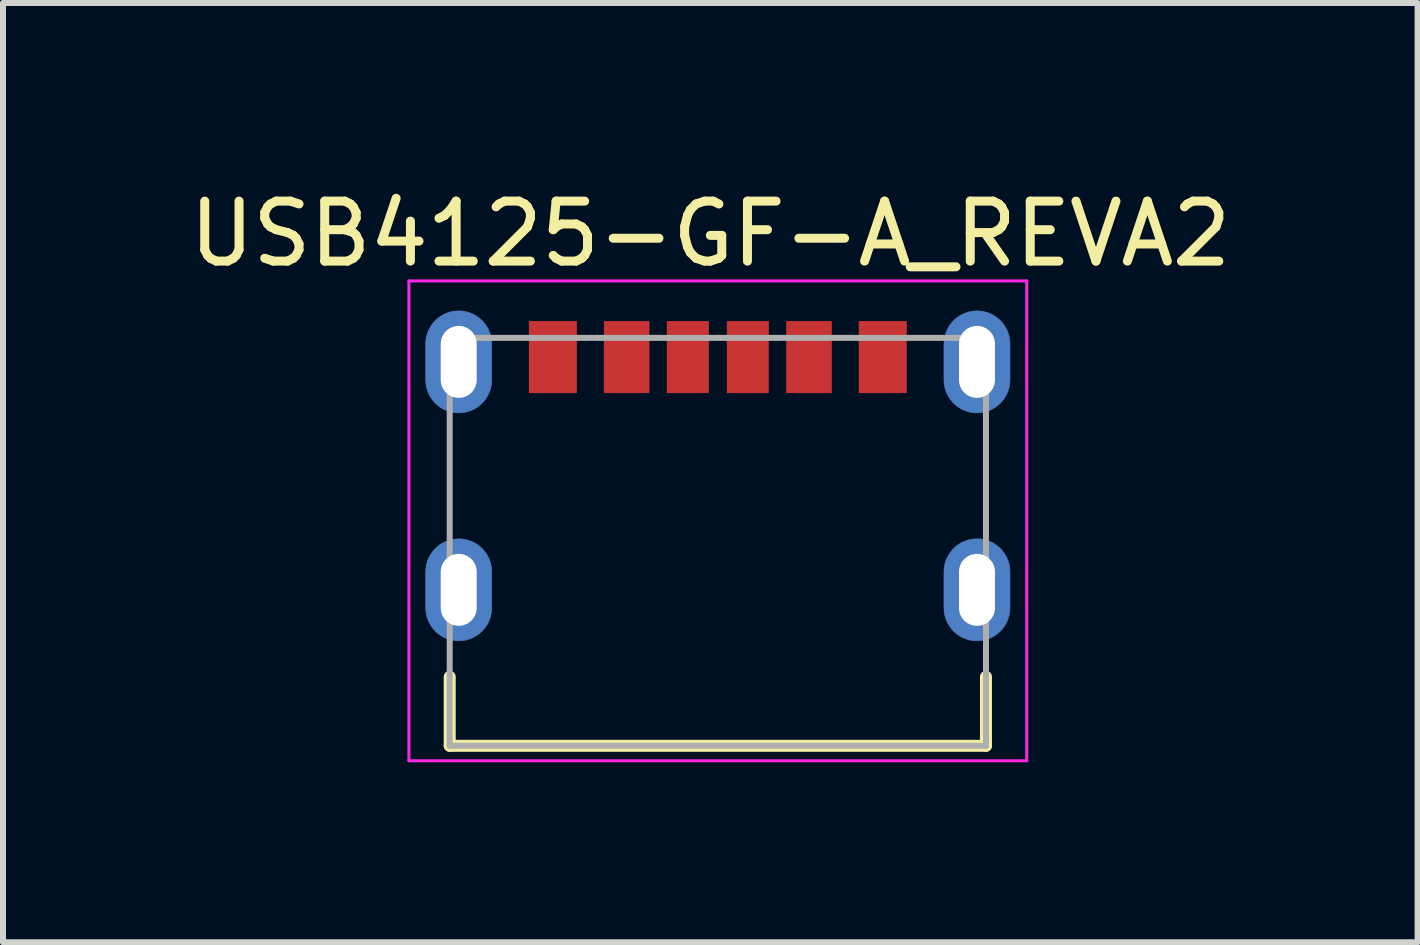
<source format=kicad_pcb>
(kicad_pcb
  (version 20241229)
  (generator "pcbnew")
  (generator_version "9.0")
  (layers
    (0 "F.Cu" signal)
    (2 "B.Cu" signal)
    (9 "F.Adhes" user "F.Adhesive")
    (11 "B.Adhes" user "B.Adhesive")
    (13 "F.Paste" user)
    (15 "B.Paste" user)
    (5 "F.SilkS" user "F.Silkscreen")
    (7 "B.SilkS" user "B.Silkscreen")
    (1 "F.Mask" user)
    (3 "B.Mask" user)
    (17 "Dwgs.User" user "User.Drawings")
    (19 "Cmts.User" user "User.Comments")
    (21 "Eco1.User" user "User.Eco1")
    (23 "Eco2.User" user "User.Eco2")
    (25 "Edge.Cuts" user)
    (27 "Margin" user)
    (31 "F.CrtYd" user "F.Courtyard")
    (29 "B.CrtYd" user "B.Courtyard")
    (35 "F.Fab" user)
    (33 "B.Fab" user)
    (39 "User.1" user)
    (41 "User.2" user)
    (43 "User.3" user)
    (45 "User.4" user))
  (footprint "USB4125-GF-A_REVA2"
    (layer "F.Cu")
    (at 8.917 5.983)
    (property "Reference" "USB4125-GF-A_REVA2" (at -0.125 -5.135 0) (layer "F.SilkS") (effects (font (size 1 1) (thickness 0.15))))
    (attr through_hole)
    (fp_poly (pts (xy -4.32 -3.95) (xy -4.354 -3.949) (xy -4.388 -3.946) (xy -4.422 -3.942) (xy -4.455 -3.936) (xy -4.488 -3.928) (xy -4.521 -3.918) (xy -4.553 -3.907) (xy -4.584 -3.894) (xy -4.615 -3.879) (xy -4.645 -3.863) (xy -4.674 -3.845) (xy -4.702 -3.826) (xy -4.729 -3.805) (xy -4.755 -3.783) (xy -4.78 -3.76) (xy -4.803 -3.735) (xy -4.825 -3.709) (xy -4.846 -3.682) (xy -4.865 -3.654) (xy -4.883 -3.625) (xy -4.899 -3.595) (xy -4.914 -3.564) (xy -4.927 -3.533) (xy -4.938 -3.501) (xy -4.948 -3.468) (xy -4.956 -3.435) (xy -4.962 -3.402) (xy -4.966 -3.368) (xy -4.969 -3.334) (xy -4.97 -3.3) (xy -4.97 -2.7) (xy -4.969 -2.666) (xy -4.966 -2.632) (xy -4.962 -2.598) (xy -4.956 -2.565) (xy -4.948 -2.532) (xy -4.938 -2.499) (xy -4.927 -2.467) (xy -4.914 -2.436) (xy -4.899 -2.405) (xy -4.883 -2.375) (xy -4.865 -2.346) (xy -4.846 -2.318) (xy -4.825 -2.291) (xy -4.803 -2.265) (xy -4.78 -2.24) (xy -4.755 -2.217) (xy -4.729 -2.195) (xy -4.702 -2.174) (xy -4.674 -2.155) (xy -4.645 -2.137) (xy -4.615 -2.121) (xy -4.584 -2.106) (xy -4.553 -2.093) (xy -4.521 -2.082) (xy -4.488 -2.072) (xy -4.455 -2.064) (xy -4.422 -2.058) (xy -4.388 -2.054) (xy -4.354 -2.051) (xy -4.32 -2.05) (xy -4.286 -2.051) (xy -4.252 -2.054) (xy -4.218 -2.058) (xy -4.185 -2.064) (xy -4.152 -2.072) (xy -4.119 -2.082) (xy -4.087 -2.093) (xy -4.056 -2.106) (xy -4.025 -2.121) (xy -3.995 -2.137) (xy -3.966 -2.155) (xy -3.938 -2.174) (xy -3.911 -2.195) (xy -3.885 -2.217) (xy -3.86 -2.24) (xy -3.837 -2.265) (xy -3.815 -2.291) (xy -3.794 -2.318) (xy -3.775 -2.346) (xy -3.757 -2.375) (xy -3.741 -2.405) (xy -3.726 -2.436) (xy -3.713 -2.467) (xy -3.702 -2.499) (xy -3.692 -2.532) (xy -3.684 -2.565) (xy -3.678 -2.598) (xy -3.674 -2.632) (xy -3.671 -2.666) (xy -3.67 -2.7) (xy -3.67 -3.3) (xy -3.671 -3.334) (xy -3.674 -3.368) (xy -3.678 -3.402) (xy -3.684 -3.435) (xy -3.692 -3.468) (xy -3.702 -3.501) (xy -3.713 -3.533) (xy -3.726 -3.564) (xy -3.741 -3.595) (xy -3.757 -3.625) (xy -3.775 -3.654) (xy -3.794 -3.682) (xy -3.815 -3.709) (xy -3.837 -3.735) (xy -3.86 -3.76) (xy -3.885 -3.783) (xy -3.911 -3.805) (xy -3.938 -3.826) (xy -3.966 -3.845) (xy -3.995 -3.863) (xy -4.025 -3.879) (xy -4.056 -3.894) (xy -4.087 -3.907) (xy -4.119 -3.918) (xy -4.152 -3.928) (xy -4.185 -3.936) (xy -4.218 -3.942) (xy -4.252 -3.946) (xy -4.286 -3.949) (xy -4.32 -3.95)) (stroke (width 0.01) (type solid)) (fill yes) (layer "F.Mask"))
    (fp_poly (pts (xy -4.32 -0.15) (xy -4.354 -0.149) (xy -4.388 -0.146) (xy -4.422 -0.142) (xy -4.455 -0.136) (xy -4.488 -0.128) (xy -4.521 -0.118) (xy -4.553 -0.107) (xy -4.584 -0.094) (xy -4.615 -0.079) (xy -4.645 -0.063) (xy -4.674 -0.045) (xy -4.702 -0.026) (xy -4.729 -0.005) (xy -4.755 0.017) (xy -4.78 0.04) (xy -4.803 0.065) (xy -4.825 0.091) (xy -4.846 0.118) (xy -4.865 0.146) (xy -4.883 0.175) (xy -4.899 0.205) (xy -4.914 0.236) (xy -4.927 0.267) (xy -4.938 0.299) (xy -4.948 0.332) (xy -4.956 0.365) (xy -4.962 0.398) (xy -4.966 0.432) (xy -4.969 0.466) (xy -4.97 0.5) (xy -4.97 1.1) (xy -4.969 1.134) (xy -4.966 1.168) (xy -4.962 1.202) (xy -4.956 1.235) (xy -4.948 1.268) (xy -4.938 1.301) (xy -4.927 1.333) (xy -4.914 1.364) (xy -4.899 1.395) (xy -4.883 1.425) (xy -4.865 1.454) (xy -4.846 1.482) (xy -4.825 1.509) (xy -4.803 1.535) (xy -4.78 1.56) (xy -4.755 1.583) (xy -4.729 1.605) (xy -4.702 1.626) (xy -4.674 1.645) (xy -4.645 1.663) (xy -4.615 1.679) (xy -4.584 1.694) (xy -4.553 1.707) (xy -4.521 1.718) (xy -4.488 1.728) (xy -4.455 1.736) (xy -4.422 1.742) (xy -4.388 1.746) (xy -4.354 1.749) (xy -4.32 1.75) (xy -4.286 1.749) (xy -4.252 1.746) (xy -4.218 1.742) (xy -4.185 1.736) (xy -4.152 1.728) (xy -4.119 1.718) (xy -4.087 1.707) (xy -4.056 1.694) (xy -4.025 1.679) (xy -3.995 1.663) (xy -3.966 1.645) (xy -3.938 1.626) (xy -3.911 1.605) (xy -3.885 1.583) (xy -3.86 1.56) (xy -3.837 1.535) (xy -3.815 1.509) (xy -3.794 1.482) (xy -3.775 1.454) (xy -3.757 1.425) (xy -3.741 1.395) (xy -3.726 1.364) (xy -3.713 1.333) (xy -3.702 1.301) (xy -3.692 1.268) (xy -3.684 1.235) (xy -3.678 1.202) (xy -3.674 1.168) (xy -3.671 1.134) (xy -3.67 1.1) (xy -3.67 0.5) (xy -3.671 0.466) (xy -3.674 0.432) (xy -3.678 0.398) (xy -3.684 0.365) (xy -3.692 0.332) (xy -3.702 0.299) (xy -3.713 0.267) (xy -3.726 0.236) (xy -3.741 0.205) (xy -3.757 0.175) (xy -3.775 0.146) (xy -3.794 0.118) (xy -3.815 0.091) (xy -3.837 0.065) (xy -3.86 0.04) (xy -3.885 0.017) (xy -3.911 -0.005) (xy -3.938 -0.026) (xy -3.966 -0.045) (xy -3.995 -0.063) (xy -4.025 -0.079) (xy -4.056 -0.094) (xy -4.087 -0.107) (xy -4.119 -0.118) (xy -4.152 -0.128) (xy -4.185 -0.136) (xy -4.218 -0.142) (xy -4.252 -0.146) (xy -4.286 -0.149) (xy -4.32 -0.15)) (stroke (width 0.01) (type solid)) (fill yes) (layer "F.Mask"))
    (fp_poly (pts (xy 4.32 -3.95) (xy 4.286 -3.949) (xy 4.252 -3.946) (xy 4.218 -3.942) (xy 4.185 -3.936) (xy 4.152 -3.928) (xy 4.119 -3.918) (xy 4.087 -3.907) (xy 4.056 -3.894) (xy 4.025 -3.879) (xy 3.995 -3.863) (xy 3.966 -3.845) (xy 3.938 -3.826) (xy 3.911 -3.805) (xy 3.885 -3.783) (xy 3.86 -3.76) (xy 3.837 -3.735) (xy 3.815 -3.709) (xy 3.794 -3.682) (xy 3.775 -3.654) (xy 3.757 -3.625) (xy 3.741 -3.595) (xy 3.726 -3.564) (xy 3.713 -3.533) (xy 3.702 -3.501) (xy 3.692 -3.468) (xy 3.684 -3.435) (xy 3.678 -3.402) (xy 3.674 -3.368) (xy 3.671 -3.334) (xy 3.67 -3.3) (xy 3.67 -2.7) (xy 3.671 -2.666) (xy 3.674 -2.632) (xy 3.678 -2.598) (xy 3.684 -2.565) (xy 3.692 -2.532) (xy 3.702 -2.499) (xy 3.713 -2.467) (xy 3.726 -2.436) (xy 3.741 -2.405) (xy 3.757 -2.375) (xy 3.775 -2.346) (xy 3.794 -2.318) (xy 3.815 -2.291) (xy 3.837 -2.265) (xy 3.86 -2.24) (xy 3.885 -2.217) (xy 3.911 -2.195) (xy 3.938 -2.174) (xy 3.966 -2.155) (xy 3.995 -2.137) (xy 4.025 -2.121) (xy 4.056 -2.106) (xy 4.087 -2.093) (xy 4.119 -2.082) (xy 4.152 -2.072) (xy 4.185 -2.064) (xy 4.218 -2.058) (xy 4.252 -2.054) (xy 4.286 -2.051) (xy 4.32 -2.05) (xy 4.354 -2.051) (xy 4.388 -2.054) (xy 4.422 -2.058) (xy 4.455 -2.064) (xy 4.488 -2.072) (xy 4.521 -2.082) (xy 4.553 -2.093) (xy 4.584 -2.106) (xy 4.615 -2.121) (xy 4.645 -2.137) (xy 4.674 -2.155) (xy 4.702 -2.174) (xy 4.729 -2.195) (xy 4.755 -2.217) (xy 4.78 -2.24) (xy 4.803 -2.265) (xy 4.825 -2.291) (xy 4.846 -2.318) (xy 4.865 -2.346) (xy 4.883 -2.375) (xy 4.899 -2.405) (xy 4.914 -2.436) (xy 4.927 -2.467) (xy 4.938 -2.499) (xy 4.948 -2.532) (xy 4.956 -2.565) (xy 4.962 -2.598) (xy 4.966 -2.632) (xy 4.969 -2.666) (xy 4.97 -2.7) (xy 4.97 -3.3) (xy 4.969 -3.334) (xy 4.966 -3.368) (xy 4.962 -3.402) (xy 4.956 -3.435) (xy 4.948 -3.468) (xy 4.938 -3.501) (xy 4.927 -3.533) (xy 4.914 -3.564) (xy 4.899 -3.595) (xy 4.883 -3.625) (xy 4.865 -3.654) (xy 4.846 -3.682) (xy 4.825 -3.709) (xy 4.803 -3.735) (xy 4.78 -3.76) (xy 4.755 -3.783) (xy 4.729 -3.805) (xy 4.702 -3.826) (xy 4.674 -3.845) (xy 4.645 -3.863) (xy 4.615 -3.879) (xy 4.584 -3.894) (xy 4.553 -3.907) (xy 4.521 -3.918) (xy 4.488 -3.928) (xy 4.455 -3.936) (xy 4.422 -3.942) (xy 4.388 -3.946) (xy 4.354 -3.949) (xy 4.32 -3.95)) (stroke (width 0.01) (type solid)) (fill yes) (layer "F.Mask"))
    (fp_poly (pts (xy 4.32 -0.15) (xy 4.286 -0.149) (xy 4.252 -0.146) (xy 4.218 -0.142) (xy 4.185 -0.136) (xy 4.152 -0.128) (xy 4.119 -0.118) (xy 4.087 -0.107) (xy 4.056 -0.094) (xy 4.025 -0.079) (xy 3.995 -0.063) (xy 3.966 -0.045) (xy 3.938 -0.026) (xy 3.911 -0.005) (xy 3.885 0.017) (xy 3.86 0.04) (xy 3.837 0.065) (xy 3.815 0.091) (xy 3.794 0.118) (xy 3.775 0.146) (xy 3.757 0.175) (xy 3.741 0.205) (xy 3.726 0.236) (xy 3.713 0.267) (xy 3.702 0.299) (xy 3.692 0.332) (xy 3.684 0.365) (xy 3.678 0.398) (xy 3.674 0.432) (xy 3.671 0.466) (xy 3.67 0.5) (xy 3.67 1.1) (xy 3.671 1.134) (xy 3.674 1.168) (xy 3.678 1.202) (xy 3.684 1.235) (xy 3.692 1.268) (xy 3.702 1.301) (xy 3.713 1.333) (xy 3.726 1.364) (xy 3.741 1.395) (xy 3.757 1.425) (xy 3.775 1.454) (xy 3.794 1.482) (xy 3.815 1.509) (xy 3.837 1.535) (xy 3.86 1.56) (xy 3.885 1.583) (xy 3.911 1.605) (xy 3.938 1.626) (xy 3.966 1.645) (xy 3.995 1.663) (xy 4.025 1.679) (xy 4.056 1.694) (xy 4.087 1.707) (xy 4.119 1.718) (xy 4.152 1.728) (xy 4.185 1.736) (xy 4.218 1.742) (xy 4.252 1.746) (xy 4.286 1.749) (xy 4.32 1.75) (xy 4.354 1.749) (xy 4.388 1.746) (xy 4.422 1.742) (xy 4.455 1.736) (xy 4.488 1.728) (xy 4.521 1.718) (xy 4.553 1.707) (xy 4.584 1.694) (xy 4.615 1.679) (xy 4.645 1.663) (xy 4.674 1.645) (xy 4.702 1.626) (xy 4.729 1.605) (xy 4.755 1.583) (xy 4.78 1.56) (xy 4.803 1.535) (xy 4.825 1.509) (xy 4.846 1.482) (xy 4.865 1.454) (xy 4.883 1.425) (xy 4.899 1.395) (xy 4.914 1.364) (xy 4.927 1.333) (xy 4.938 1.301) (xy 4.948 1.268) (xy 4.956 1.235) (xy 4.962 1.202) (xy 4.966 1.168) (xy 4.969 1.134) (xy 4.97 1.1) (xy 4.97 0.5) (xy 4.969 0.466) (xy 4.966 0.432) (xy 4.962 0.398) (xy 4.956 0.365) (xy 4.948 0.332) (xy 4.938 0.299) (xy 4.927 0.267) (xy 4.914 0.236) (xy 4.899 0.205) (xy 4.883 0.175) (xy 4.865 0.146) (xy 4.846 0.118) (xy 4.825 0.091) (xy 4.803 0.065) (xy 4.78 0.04) (xy 4.755 0.017) (xy 4.729 -0.005) (xy 4.702 -0.026) (xy 4.674 -0.045) (xy 4.645 -0.063) (xy 4.615 -0.079) (xy 4.584 -0.094) (xy 4.553 -0.107) (xy 4.521 -0.118) (xy 4.488 -0.128) (xy 4.455 -0.136) (xy 4.422 -0.142) (xy 4.388 -0.146) (xy 4.354 -0.149) (xy 4.32 -0.15)) (stroke (width 0.01) (type solid)) (fill yes) (layer "F.Mask"))
    (fp_poly (pts (xy -4.32 -3.85) (xy -4.349 -3.849) (xy -4.377 -3.847) (xy -4.406 -3.843) (xy -4.434 -3.838) (xy -4.462 -3.831) (xy -4.49 -3.823) (xy -4.517 -3.813) (xy -4.544 -3.802) (xy -4.57 -3.79) (xy -4.595 -3.776) (xy -4.62 -3.761) (xy -4.643 -3.745) (xy -4.666 -3.727) (xy -4.688 -3.709) (xy -4.709 -3.689) (xy -4.729 -3.668) (xy -4.747 -3.646) (xy -4.765 -3.623) (xy -4.781 -3.6) (xy -4.796 -3.575) (xy -4.81 -3.55) (xy -4.822 -3.524) (xy -4.833 -3.497) (xy -4.843 -3.47) (xy -4.851 -3.442) (xy -4.858 -3.414) (xy -4.863 -3.386) (xy -4.867 -3.357) (xy -4.869 -3.329) (xy -4.87 -3.3) (xy -4.87 -2.7) (xy -4.869 -2.671) (xy -4.867 -2.643) (xy -4.863 -2.614) (xy -4.858 -2.586) (xy -4.851 -2.558) (xy -4.843 -2.53) (xy -4.833 -2.503) (xy -4.822 -2.476) (xy -4.81 -2.45) (xy -4.796 -2.425) (xy -4.781 -2.4) (xy -4.765 -2.377) (xy -4.747 -2.354) (xy -4.729 -2.332) (xy -4.709 -2.311) (xy -4.688 -2.291) (xy -4.666 -2.273) (xy -4.643 -2.255) (xy -4.62 -2.239) (xy -4.595 -2.224) (xy -4.57 -2.21) (xy -4.544 -2.198) (xy -4.517 -2.187) (xy -4.49 -2.177) (xy -4.462 -2.169) (xy -4.434 -2.162) (xy -4.406 -2.157) (xy -4.377 -2.153) (xy -4.349 -2.151) (xy -4.32 -2.15) (xy -4.291 -2.151) (xy -4.263 -2.153) (xy -4.234 -2.157) (xy -4.206 -2.162) (xy -4.178 -2.169) (xy -4.15 -2.177) (xy -4.123 -2.187) (xy -4.096 -2.198) (xy -4.07 -2.21) (xy -4.045 -2.224) (xy -4.02 -2.239) (xy -3.997 -2.255) (xy -3.974 -2.273) (xy -3.952 -2.291) (xy -3.931 -2.311) (xy -3.911 -2.332) (xy -3.893 -2.354) (xy -3.875 -2.377) (xy -3.859 -2.4) (xy -3.844 -2.425) (xy -3.83 -2.45) (xy -3.818 -2.476) (xy -3.807 -2.503) (xy -3.797 -2.53) (xy -3.789 -2.558) (xy -3.782 -2.586) (xy -3.777 -2.614) (xy -3.773 -2.643) (xy -3.771 -2.671) (xy -3.77 -2.7) (xy -3.77 -3.3) (xy -3.771 -3.329) (xy -3.773 -3.357) (xy -3.777 -3.386) (xy -3.782 -3.414) (xy -3.789 -3.442) (xy -3.797 -3.47) (xy -3.807 -3.497) (xy -3.818 -3.524) (xy -3.83 -3.55) (xy -3.844 -3.575) (xy -3.859 -3.6) (xy -3.875 -3.623) (xy -3.893 -3.646) (xy -3.911 -3.668) (xy -3.931 -3.689) (xy -3.952 -3.709) (xy -3.974 -3.727) (xy -3.997 -3.745) (xy -4.02 -3.761) (xy -4.045 -3.776) (xy -4.07 -3.79) (xy -4.096 -3.802) (xy -4.123 -3.813) (xy -4.15 -3.823) (xy -4.178 -3.831) (xy -4.206 -3.838) (xy -4.234 -3.843) (xy -4.263 -3.847) (xy -4.291 -3.849) (xy -4.32 -3.85)) (stroke (width 0.01) (type solid)) (fill yes) (layer "B.Cu"))
    (fp_poly (pts (xy -4.32 -0.05) (xy -4.349 -0.049) (xy -4.377 -0.047) (xy -4.406 -0.043) (xy -4.434 -0.038) (xy -4.462 -0.031) (xy -4.49 -0.023) (xy -4.517 -0.013) (xy -4.544 -0.002) (xy -4.57 0.01) (xy -4.595 0.024) (xy -4.62 0.039) (xy -4.643 0.055) (xy -4.666 0.073) (xy -4.688 0.091) (xy -4.709 0.111) (xy -4.729 0.132) (xy -4.747 0.154) (xy -4.765 0.177) (xy -4.781 0.2) (xy -4.796 0.225) (xy -4.81 0.25) (xy -4.822 0.276) (xy -4.833 0.303) (xy -4.843 0.33) (xy -4.851 0.358) (xy -4.858 0.386) (xy -4.863 0.414) (xy -4.867 0.443) (xy -4.869 0.471) (xy -4.87 0.5) (xy -4.87 1.1) (xy -4.869 1.129) (xy -4.867 1.157) (xy -4.863 1.186) (xy -4.858 1.214) (xy -4.851 1.242) (xy -4.843 1.27) (xy -4.833 1.297) (xy -4.822 1.324) (xy -4.81 1.35) (xy -4.796 1.375) (xy -4.781 1.4) (xy -4.765 1.423) (xy -4.747 1.446) (xy -4.729 1.468) (xy -4.709 1.489) (xy -4.688 1.509) (xy -4.666 1.527) (xy -4.643 1.545) (xy -4.62 1.561) (xy -4.595 1.576) (xy -4.57 1.59) (xy -4.544 1.602) (xy -4.517 1.613) (xy -4.49 1.623) (xy -4.462 1.631) (xy -4.434 1.638) (xy -4.406 1.643) (xy -4.377 1.647) (xy -4.349 1.649) (xy -4.32 1.65) (xy -4.291 1.649) (xy -4.263 1.647) (xy -4.234 1.643) (xy -4.206 1.638) (xy -4.178 1.631) (xy -4.15 1.623) (xy -4.123 1.613) (xy -4.096 1.602) (xy -4.07 1.59) (xy -4.045 1.576) (xy -4.02 1.561) (xy -3.997 1.545) (xy -3.974 1.527) (xy -3.952 1.509) (xy -3.931 1.489) (xy -3.911 1.468) (xy -3.893 1.446) (xy -3.875 1.423) (xy -3.859 1.4) (xy -3.844 1.375) (xy -3.83 1.35) (xy -3.818 1.324) (xy -3.807 1.297) (xy -3.797 1.27) (xy -3.789 1.242) (xy -3.782 1.214) (xy -3.777 1.186) (xy -3.773 1.157) (xy -3.771 1.129) (xy -3.77 1.1) (xy -3.77 0.5) (xy -3.771 0.471) (xy -3.773 0.443) (xy -3.777 0.414) (xy -3.782 0.386) (xy -3.789 0.358) (xy -3.797 0.33) (xy -3.807 0.303) (xy -3.818 0.276) (xy -3.83 0.25) (xy -3.844 0.225) (xy -3.859 0.2) (xy -3.875 0.177) (xy -3.893 0.154) (xy -3.911 0.132) (xy -3.931 0.111) (xy -3.952 0.091) (xy -3.974 0.073) (xy -3.997 0.055) (xy -4.02 0.039) (xy -4.045 0.024) (xy -4.07 0.01) (xy -4.096 -0.002) (xy -4.123 -0.013) (xy -4.15 -0.023) (xy -4.178 -0.031) (xy -4.206 -0.038) (xy -4.234 -0.043) (xy -4.263 -0.047) (xy -4.291 -0.049) (xy -4.32 -0.05)) (stroke (width 0.01) (type solid)) (fill yes) (layer "B.Cu"))
    (fp_poly (pts (xy 4.32 -3.85) (xy 4.291 -3.849) (xy 4.263 -3.847) (xy 4.234 -3.843) (xy 4.206 -3.838) (xy 4.178 -3.831) (xy 4.15 -3.823) (xy 4.123 -3.813) (xy 4.096 -3.802) (xy 4.07 -3.79) (xy 4.045 -3.776) (xy 4.02 -3.761) (xy 3.997 -3.745) (xy 3.974 -3.727) (xy 3.952 -3.709) (xy 3.931 -3.689) (xy 3.911 -3.668) (xy 3.893 -3.646) (xy 3.875 -3.623) (xy 3.859 -3.6) (xy 3.844 -3.575) (xy 3.83 -3.55) (xy 3.818 -3.524) (xy 3.807 -3.497) (xy 3.797 -3.47) (xy 3.789 -3.442) (xy 3.782 -3.414) (xy 3.777 -3.386) (xy 3.773 -3.357) (xy 3.771 -3.329) (xy 3.77 -3.3) (xy 3.77 -2.7) (xy 3.771 -2.671) (xy 3.773 -2.643) (xy 3.777 -2.614) (xy 3.782 -2.586) (xy 3.789 -2.558) (xy 3.797 -2.53) (xy 3.807 -2.503) (xy 3.818 -2.476) (xy 3.83 -2.45) (xy 3.844 -2.425) (xy 3.859 -2.4) (xy 3.875 -2.377) (xy 3.893 -2.354) (xy 3.911 -2.332) (xy 3.931 -2.311) (xy 3.952 -2.291) (xy 3.974 -2.273) (xy 3.997 -2.255) (xy 4.02 -2.239) (xy 4.045 -2.224) (xy 4.07 -2.21) (xy 4.096 -2.198) (xy 4.123 -2.187) (xy 4.15 -2.177) (xy 4.178 -2.169) (xy 4.206 -2.162) (xy 4.234 -2.157) (xy 4.263 -2.153) (xy 4.291 -2.151) (xy 4.32 -2.15) (xy 4.349 -2.151) (xy 4.377 -2.153) (xy 4.406 -2.157) (xy 4.434 -2.162) (xy 4.462 -2.169) (xy 4.49 -2.177) (xy 4.517 -2.187) (xy 4.544 -2.198) (xy 4.57 -2.21) (xy 4.595 -2.224) (xy 4.62 -2.239) (xy 4.643 -2.255) (xy 4.666 -2.273) (xy 4.688 -2.291) (xy 4.709 -2.311) (xy 4.729 -2.332) (xy 4.747 -2.354) (xy 4.765 -2.377) (xy 4.781 -2.4) (xy 4.796 -2.425) (xy 4.81 -2.45) (xy 4.822 -2.476) (xy 4.833 -2.503) (xy 4.843 -2.53) (xy 4.851 -2.558) (xy 4.858 -2.586) (xy 4.863 -2.614) (xy 4.867 -2.643) (xy 4.869 -2.671) (xy 4.87 -2.7) (xy 4.87 -3.3) (xy 4.869 -3.329) (xy 4.867 -3.357) (xy 4.863 -3.386) (xy 4.858 -3.414) (xy 4.851 -3.442) (xy 4.843 -3.47) (xy 4.833 -3.497) (xy 4.822 -3.524) (xy 4.81 -3.55) (xy 4.796 -3.575) (xy 4.781 -3.6) (xy 4.765 -3.623) (xy 4.747 -3.646) (xy 4.729 -3.668) (xy 4.709 -3.689) (xy 4.688 -3.709) (xy 4.666 -3.727) (xy 4.643 -3.745) (xy 4.62 -3.761) (xy 4.595 -3.776) (xy 4.57 -3.79) (xy 4.544 -3.802) (xy 4.517 -3.813) (xy 4.49 -3.823) (xy 4.462 -3.831) (xy 4.434 -3.838) (xy 4.406 -3.843) (xy 4.377 -3.847) (xy 4.349 -3.849) (xy 4.32 -3.85)) (stroke (width 0.01) (type solid)) (fill yes) (layer "B.Cu"))
    (fp_poly (pts (xy 4.32 -0.05) (xy 4.291 -0.049) (xy 4.263 -0.047) (xy 4.234 -0.043) (xy 4.206 -0.038) (xy 4.178 -0.031) (xy 4.15 -0.023) (xy 4.123 -0.013) (xy 4.096 -0.002) (xy 4.07 0.01) (xy 4.045 0.024) (xy 4.02 0.039) (xy 3.997 0.055) (xy 3.974 0.073) (xy 3.952 0.091) (xy 3.931 0.111) (xy 3.911 0.132) (xy 3.893 0.154) (xy 3.875 0.177) (xy 3.859 0.2) (xy 3.844 0.225) (xy 3.83 0.25) (xy 3.818 0.276) (xy 3.807 0.303) (xy 3.797 0.33) (xy 3.789 0.358) (xy 3.782 0.386) (xy 3.777 0.414) (xy 3.773 0.443) (xy 3.771 0.471) (xy 3.77 0.5) (xy 3.77 1.1) (xy 3.771 1.129) (xy 3.773 1.157) (xy 3.777 1.186) (xy 3.782 1.214) (xy 3.789 1.242) (xy 3.797 1.27) (xy 3.807 1.297) (xy 3.818 1.324) (xy 3.83 1.35) (xy 3.844 1.375) (xy 3.859 1.4) (xy 3.875 1.423) (xy 3.893 1.446) (xy 3.911 1.468) (xy 3.931 1.489) (xy 3.952 1.509) (xy 3.974 1.527) (xy 3.997 1.545) (xy 4.02 1.561) (xy 4.045 1.576) (xy 4.07 1.59) (xy 4.096 1.602) (xy 4.123 1.613) (xy 4.15 1.623) (xy 4.178 1.631) (xy 4.206 1.638) (xy 4.234 1.643) (xy 4.263 1.647) (xy 4.291 1.649) (xy 4.32 1.65) (xy 4.349 1.649) (xy 4.377 1.647) (xy 4.406 1.643) (xy 4.434 1.638) (xy 4.462 1.631) (xy 4.49 1.623) (xy 4.517 1.613) (xy 4.544 1.602) (xy 4.57 1.59) (xy 4.595 1.576) (xy 4.62 1.561) (xy 4.643 1.545) (xy 4.666 1.527) (xy 4.688 1.509) (xy 4.709 1.489) (xy 4.729 1.468) (xy 4.747 1.446) (xy 4.765 1.423) (xy 4.781 1.4) (xy 4.796 1.375) (xy 4.81 1.35) (xy 4.822 1.324) (xy 4.833 1.297) (xy 4.843 1.27) (xy 4.851 1.242) (xy 4.858 1.214) (xy 4.863 1.186) (xy 4.867 1.157) (xy 4.869 1.129) (xy 4.87 1.1) (xy 4.87 0.5) (xy 4.869 0.471) (xy 4.867 0.443) (xy 4.863 0.414) (xy 4.858 0.386) (xy 4.851 0.358) (xy 4.843 0.33) (xy 4.833 0.303) (xy 4.822 0.276) (xy 4.81 0.25) (xy 4.796 0.225) (xy 4.781 0.2) (xy 4.765 0.177) (xy 4.747 0.154) (xy 4.729 0.132) (xy 4.709 0.111) (xy 4.688 0.091) (xy 4.666 0.073) (xy 4.643 0.055) (xy 4.62 0.039) (xy 4.595 0.024) (xy 4.57 0.01) (xy 4.544 -0.002) (xy 4.517 -0.013) (xy 4.49 -0.023) (xy 4.462 -0.031) (xy 4.434 -0.038) (xy 4.406 -0.043) (xy 4.377 -0.047) (xy 4.349 -0.049) (xy 4.32 -0.05)) (stroke (width 0.01) (type solid)) (fill yes) (layer "B.Cu"))
    (fp_poly (pts (xy -4.32 -3.95) (xy -4.354 -3.949) (xy -4.388 -3.946) (xy -4.422 -3.942) (xy -4.455 -3.936) (xy -4.488 -3.928) (xy -4.521 -3.918) (xy -4.553 -3.907) (xy -4.584 -3.894) (xy -4.615 -3.879) (xy -4.645 -3.863) (xy -4.674 -3.845) (xy -4.702 -3.826) (xy -4.729 -3.805) (xy -4.755 -3.783) (xy -4.78 -3.76) (xy -4.803 -3.735) (xy -4.825 -3.709) (xy -4.846 -3.682) (xy -4.865 -3.654) (xy -4.883 -3.625) (xy -4.899 -3.595) (xy -4.914 -3.564) (xy -4.927 -3.533) (xy -4.938 -3.501) (xy -4.948 -3.468) (xy -4.956 -3.435) (xy -4.962 -3.402) (xy -4.966 -3.368) (xy -4.969 -3.334) (xy -4.97 -3.3) (xy -4.97 -2.7) (xy -4.969 -2.666) (xy -4.966 -2.632) (xy -4.962 -2.598) (xy -4.956 -2.565) (xy -4.948 -2.532) (xy -4.938 -2.499) (xy -4.927 -2.467) (xy -4.914 -2.436) (xy -4.899 -2.405) (xy -4.883 -2.375) (xy -4.865 -2.346) (xy -4.846 -2.318) (xy -4.825 -2.291) (xy -4.803 -2.265) (xy -4.78 -2.24) (xy -4.755 -2.217) (xy -4.729 -2.195) (xy -4.702 -2.174) (xy -4.674 -2.155) (xy -4.645 -2.137) (xy -4.615 -2.121) (xy -4.584 -2.106) (xy -4.553 -2.093) (xy -4.521 -2.082) (xy -4.488 -2.072) (xy -4.455 -2.064) (xy -4.422 -2.058) (xy -4.388 -2.054) (xy -4.354 -2.051) (xy -4.32 -2.05) (xy -4.286 -2.051) (xy -4.252 -2.054) (xy -4.218 -2.058) (xy -4.185 -2.064) (xy -4.152 -2.072) (xy -4.119 -2.082) (xy -4.087 -2.093) (xy -4.056 -2.106) (xy -4.025 -2.121) (xy -3.995 -2.137) (xy -3.966 -2.155) (xy -3.938 -2.174) (xy -3.911 -2.195) (xy -3.885 -2.217) (xy -3.86 -2.24) (xy -3.837 -2.265) (xy -3.815 -2.291) (xy -3.794 -2.318) (xy -3.775 -2.346) (xy -3.757 -2.375) (xy -3.741 -2.405) (xy -3.726 -2.436) (xy -3.713 -2.467) (xy -3.702 -2.499) (xy -3.692 -2.532) (xy -3.684 -2.565) (xy -3.678 -2.598) (xy -3.674 -2.632) (xy -3.671 -2.666) (xy -3.67 -2.7) (xy -3.67 -3.3) (xy -3.671 -3.334) (xy -3.674 -3.368) (xy -3.678 -3.402) (xy -3.684 -3.435) (xy -3.692 -3.468) (xy -3.702 -3.501) (xy -3.713 -3.533) (xy -3.726 -3.564) (xy -3.741 -3.595) (xy -3.757 -3.625) (xy -3.775 -3.654) (xy -3.794 -3.682) (xy -3.815 -3.709) (xy -3.837 -3.735) (xy -3.86 -3.76) (xy -3.885 -3.783) (xy -3.911 -3.805) (xy -3.938 -3.826) (xy -3.966 -3.845) (xy -3.995 -3.863) (xy -4.025 -3.879) (xy -4.056 -3.894) (xy -4.087 -3.907) (xy -4.119 -3.918) (xy -4.152 -3.928) (xy -4.185 -3.936) (xy -4.218 -3.942) (xy -4.252 -3.946) (xy -4.286 -3.949) (xy -4.32 -3.95)) (stroke (width 0.01) (type solid)) (fill yes) (layer "B.Mask"))
    (fp_poly (pts (xy -4.32 -0.15) (xy -4.354 -0.149) (xy -4.388 -0.146) (xy -4.422 -0.142) (xy -4.455 -0.136) (xy -4.488 -0.128) (xy -4.521 -0.118) (xy -4.553 -0.107) (xy -4.584 -0.094) (xy -4.615 -0.079) (xy -4.645 -0.063) (xy -4.674 -0.045) (xy -4.702 -0.026) (xy -4.729 -0.005) (xy -4.755 0.017) (xy -4.78 0.04) (xy -4.803 0.065) (xy -4.825 0.091) (xy -4.846 0.118) (xy -4.865 0.146) (xy -4.883 0.175) (xy -4.899 0.205) (xy -4.914 0.236) (xy -4.927 0.267) (xy -4.938 0.299) (xy -4.948 0.332) (xy -4.956 0.365) (xy -4.962 0.398) (xy -4.966 0.432) (xy -4.969 0.466) (xy -4.97 0.5) (xy -4.97 1.1) (xy -4.969 1.134) (xy -4.966 1.168) (xy -4.962 1.202) (xy -4.956 1.235) (xy -4.948 1.268) (xy -4.938 1.301) (xy -4.927 1.333) (xy -4.914 1.364) (xy -4.899 1.395) (xy -4.883 1.425) (xy -4.865 1.454) (xy -4.846 1.482) (xy -4.825 1.509) (xy -4.803 1.535) (xy -4.78 1.56) (xy -4.755 1.583) (xy -4.729 1.605) (xy -4.702 1.626) (xy -4.674 1.645) (xy -4.645 1.663) (xy -4.615 1.679) (xy -4.584 1.694) (xy -4.553 1.707) (xy -4.521 1.718) (xy -4.488 1.728) (xy -4.455 1.736) (xy -4.422 1.742) (xy -4.388 1.746) (xy -4.354 1.749) (xy -4.32 1.75) (xy -4.286 1.749) (xy -4.252 1.746) (xy -4.218 1.742) (xy -4.185 1.736) (xy -4.152 1.728) (xy -4.119 1.718) (xy -4.087 1.707) (xy -4.056 1.694) (xy -4.025 1.679) (xy -3.995 1.663) (xy -3.966 1.645) (xy -3.938 1.626) (xy -3.911 1.605) (xy -3.885 1.583) (xy -3.86 1.56) (xy -3.837 1.535) (xy -3.815 1.509) (xy -3.794 1.482) (xy -3.775 1.454) (xy -3.757 1.425) (xy -3.741 1.395) (xy -3.726 1.364) (xy -3.713 1.333) (xy -3.702 1.301) (xy -3.692 1.268) (xy -3.684 1.235) (xy -3.678 1.202) (xy -3.674 1.168) (xy -3.671 1.134) (xy -3.67 1.1) (xy -3.67 0.5) (xy -3.671 0.466) (xy -3.674 0.432) (xy -3.678 0.398) (xy -3.684 0.365) (xy -3.692 0.332) (xy -3.702 0.299) (xy -3.713 0.267) (xy -3.726 0.236) (xy -3.741 0.205) (xy -3.757 0.175) (xy -3.775 0.146) (xy -3.794 0.118) (xy -3.815 0.091) (xy -3.837 0.065) (xy -3.86 0.04) (xy -3.885 0.017) (xy -3.911 -0.005) (xy -3.938 -0.026) (xy -3.966 -0.045) (xy -3.995 -0.063) (xy -4.025 -0.079) (xy -4.056 -0.094) (xy -4.087 -0.107) (xy -4.119 -0.118) (xy -4.152 -0.128) (xy -4.185 -0.136) (xy -4.218 -0.142) (xy -4.252 -0.146) (xy -4.286 -0.149) (xy -4.32 -0.15)) (stroke (width 0.01) (type solid)) (fill yes) (layer "B.Mask"))
    (fp_poly (pts (xy 4.32 -3.95) (xy 4.286 -3.949) (xy 4.252 -3.946) (xy 4.218 -3.942) (xy 4.185 -3.936) (xy 4.152 -3.928) (xy 4.119 -3.918) (xy 4.087 -3.907) (xy 4.056 -3.894) (xy 4.025 -3.879) (xy 3.995 -3.863) (xy 3.966 -3.845) (xy 3.938 -3.826) (xy 3.911 -3.805) (xy 3.885 -3.783) (xy 3.86 -3.76) (xy 3.837 -3.735) (xy 3.815 -3.709) (xy 3.794 -3.682) (xy 3.775 -3.654) (xy 3.757 -3.625) (xy 3.741 -3.595) (xy 3.726 -3.564) (xy 3.713 -3.533) (xy 3.702 -3.501) (xy 3.692 -3.468) (xy 3.684 -3.435) (xy 3.678 -3.402) (xy 3.674 -3.368) (xy 3.671 -3.334) (xy 3.67 -3.3) (xy 3.67 -2.7) (xy 3.671 -2.666) (xy 3.674 -2.632) (xy 3.678 -2.598) (xy 3.684 -2.565) (xy 3.692 -2.532) (xy 3.702 -2.499) (xy 3.713 -2.467) (xy 3.726 -2.436) (xy 3.741 -2.405) (xy 3.757 -2.375) (xy 3.775 -2.346) (xy 3.794 -2.318) (xy 3.815 -2.291) (xy 3.837 -2.265) (xy 3.86 -2.24) (xy 3.885 -2.217) (xy 3.911 -2.195) (xy 3.938 -2.174) (xy 3.966 -2.155) (xy 3.995 -2.137) (xy 4.025 -2.121) (xy 4.056 -2.106) (xy 4.087 -2.093) (xy 4.119 -2.082) (xy 4.152 -2.072) (xy 4.185 -2.064) (xy 4.218 -2.058) (xy 4.252 -2.054) (xy 4.286 -2.051) (xy 4.32 -2.05) (xy 4.354 -2.051) (xy 4.388 -2.054) (xy 4.422 -2.058) (xy 4.455 -2.064) (xy 4.488 -2.072) (xy 4.521 -2.082) (xy 4.553 -2.093) (xy 4.584 -2.106) (xy 4.615 -2.121) (xy 4.645 -2.137) (xy 4.674 -2.155) (xy 4.702 -2.174) (xy 4.729 -2.195) (xy 4.755 -2.217) (xy 4.78 -2.24) (xy 4.803 -2.265) (xy 4.825 -2.291) (xy 4.846 -2.318) (xy 4.865 -2.346) (xy 4.883 -2.375) (xy 4.899 -2.405) (xy 4.914 -2.436) (xy 4.927 -2.467) (xy 4.938 -2.499) (xy 4.948 -2.532) (xy 4.956 -2.565) (xy 4.962 -2.598) (xy 4.966 -2.632) (xy 4.969 -2.666) (xy 4.97 -2.7) (xy 4.97 -3.3) (xy 4.969 -3.334) (xy 4.966 -3.368) (xy 4.962 -3.402) (xy 4.956 -3.435) (xy 4.948 -3.468) (xy 4.938 -3.501) (xy 4.927 -3.533) (xy 4.914 -3.564) (xy 4.899 -3.595) (xy 4.883 -3.625) (xy 4.865 -3.654) (xy 4.846 -3.682) (xy 4.825 -3.709) (xy 4.803 -3.735) (xy 4.78 -3.76) (xy 4.755 -3.783) (xy 4.729 -3.805) (xy 4.702 -3.826) (xy 4.674 -3.845) (xy 4.645 -3.863) (xy 4.615 -3.879) (xy 4.584 -3.894) (xy 4.553 -3.907) (xy 4.521 -3.918) (xy 4.488 -3.928) (xy 4.455 -3.936) (xy 4.422 -3.942) (xy 4.388 -3.946) (xy 4.354 -3.949) (xy 4.32 -3.95)) (stroke (width 0.01) (type solid)) (fill yes) (layer "B.Mask"))
    (fp_poly (pts (xy 4.32 -0.15) (xy 4.286 -0.149) (xy 4.252 -0.146) (xy 4.218 -0.142) (xy 4.185 -0.136) (xy 4.152 -0.128) (xy 4.119 -0.118) (xy 4.087 -0.107) (xy 4.056 -0.094) (xy 4.025 -0.079) (xy 3.995 -0.063) (xy 3.966 -0.045) (xy 3.938 -0.026) (xy 3.911 -0.005) (xy 3.885 0.017) (xy 3.86 0.04) (xy 3.837 0.065) (xy 3.815 0.091) (xy 3.794 0.118) (xy 3.775 0.146) (xy 3.757 0.175) (xy 3.741 0.205) (xy 3.726 0.236) (xy 3.713 0.267) (xy 3.702 0.299) (xy 3.692 0.332) (xy 3.684 0.365) (xy 3.678 0.398) (xy 3.674 0.432) (xy 3.671 0.466) (xy 3.67 0.5) (xy 3.67 1.1) (xy 3.671 1.134) (xy 3.674 1.168) (xy 3.678 1.202) (xy 3.684 1.235) (xy 3.692 1.268) (xy 3.702 1.301) (xy 3.713 1.333) (xy 3.726 1.364) (xy 3.741 1.395) (xy 3.757 1.425) (xy 3.775 1.454) (xy 3.794 1.482) (xy 3.815 1.509) (xy 3.837 1.535) (xy 3.86 1.56) (xy 3.885 1.583) (xy 3.911 1.605) (xy 3.938 1.626) (xy 3.966 1.645) (xy 3.995 1.663) (xy 4.025 1.679) (xy 4.056 1.694) (xy 4.087 1.707) (xy 4.119 1.718) (xy 4.152 1.728) (xy 4.185 1.736) (xy 4.218 1.742) (xy 4.252 1.746) (xy 4.286 1.749) (xy 4.32 1.75) (xy 4.354 1.749) (xy 4.388 1.746) (xy 4.422 1.742) (xy 4.455 1.736) (xy 4.488 1.728) (xy 4.521 1.718) (xy 4.553 1.707) (xy 4.584 1.694) (xy 4.615 1.679) (xy 4.645 1.663) (xy 4.674 1.645) (xy 4.702 1.626) (xy 4.729 1.605) (xy 4.755 1.583) (xy 4.78 1.56) (xy 4.803 1.535) (xy 4.825 1.509) (xy 4.846 1.482) (xy 4.865 1.454) (xy 4.883 1.425) (xy 4.899 1.395) (xy 4.914 1.364) (xy 4.927 1.333) (xy 4.938 1.301) (xy 4.948 1.268) (xy 4.956 1.235) (xy 4.962 1.202) (xy 4.966 1.168) (xy 4.969 1.134) (xy 4.97 1.1) (xy 4.97 0.5) (xy 4.969 0.466) (xy 4.966 0.432) (xy 4.962 0.398) (xy 4.956 0.365) (xy 4.948 0.332) (xy 4.938 0.299) (xy 4.927 0.267) (xy 4.914 0.236) (xy 4.899 0.205) (xy 4.883 0.175) (xy 4.865 0.146) (xy 4.846 0.118) (xy 4.825 0.091) (xy 4.803 0.065) (xy 4.78 0.04) (xy 4.755 0.017) (xy 4.729 -0.005) (xy 4.702 -0.026) (xy 4.674 -0.045) (xy 4.645 -0.063) (xy 4.615 -0.079) (xy 4.584 -0.094) (xy 4.553 -0.107) (xy 4.521 -0.118) (xy 4.488 -0.128) (xy 4.455 -0.136) (xy 4.422 -0.142) (xy 4.388 -0.146) (xy 4.354 -0.149) (xy 4.32 -0.15)) (stroke (width 0.01) (type solid)) (fill yes) (layer "B.Mask"))
    (fp_line (start -4.47 2.25) (end -4.47 3.4) (stroke (width 0.2) (type solid)) (layer "F.SilkS"))
    (fp_line (start -4.47 3.4) (end 4.47 3.4) (stroke (width 0.2) (type solid)) (layer "F.SilkS"))
    (fp_line (start 4.47 3.4) (end 4.47 2.25) (stroke (width 0.2) (type solid)) (layer "F.SilkS"))
    (fp_line (start -5.15 -4.35) (end 5.15 -4.35) (stroke (width 0.05) (type solid)) (layer "F.CrtYd"))
    (fp_line (start -5.15 3.65) (end -5.15 -4.35) (stroke (width 0.05) (type solid)) (layer "F.CrtYd"))
    (fp_line (start 5.15 -4.35) (end 5.15 3.65) (stroke (width 0.05) (type solid)) (layer "F.CrtYd"))
    (fp_line (start 5.15 3.65) (end -5.15 3.65) (stroke (width 0.05) (type solid)) (layer "F.CrtYd"))
    (fp_line (start -4.47 -3.4) (end 4.47 -3.4) (stroke (width 0.1) (type solid)) (layer "F.Fab"))
    (fp_line (start -4.47 3.4) (end -4.47 -3.4) (stroke (width 0.1) (type solid)) (layer "F.Fab"))
    (fp_line (start 4.47 -3.4) (end 4.47 3.4) (stroke (width 0.1) (type solid)) (layer "F.Fab"))
    (fp_line (start 4.47 3.4) (end -4.47 3.4) (stroke (width 0.1) (type solid)) (layer "F.Fab"))
    (pad "A5" smd rect (at -0.5 -3.08) (size 0.7 1.2) (layers "F.Cu" "F.Mask" "F.Paste"))
    (pad "A9" smd rect (at 1.52 -3.08) (size 0.76 1.2) (layers "F.Cu" "F.Mask" "F.Paste"))
    (pad "A12" smd rect (at 2.75 -3.08) (size 0.8 1.2) (layers "F.Cu" "F.Mask" "F.Paste"))
    (pad "B5" smd rect (at 0.5 -3.08) (size 0.7 1.2) (layers "F.Cu" "F.Mask" "F.Paste"))
    (pad "B9" smd rect (at -1.52 -3.08) (size 0.76 1.2) (layers "F.Cu" "F.Mask" "F.Paste"))
    (pad "B12" smd rect (at -2.75 -3.08) (size 0.8 1.2) (layers "F.Cu" "F.Mask" "F.Paste"))
    (pad "S1" thru_hole oval (at -4.32 -3) (size 1 1.6) (drill oval 0.6 1.2) (layers "*.Cu"))
    (pad "S2" thru_hole oval (at 4.32 -3) (size 1 1.6) (drill oval 0.6 1.2) (layers "*.Cu"))
    (pad "S3" thru_hole oval (at -4.32 0.8) (size 1 1.6) (drill oval 0.6 1.2) (layers "*.Cu"))
    (pad "S4" thru_hole oval (at 4.32 0.8) (size 1 1.6) (drill oval 0.6 1.2) (layers "*.Cu")))
  (gr_rect
    (start -3 -3)
    (end 20.583 12.658)
    (stroke (width 0.1) (type default))
    (fill no)
    (layer "Edge.Cuts")))
</source>
